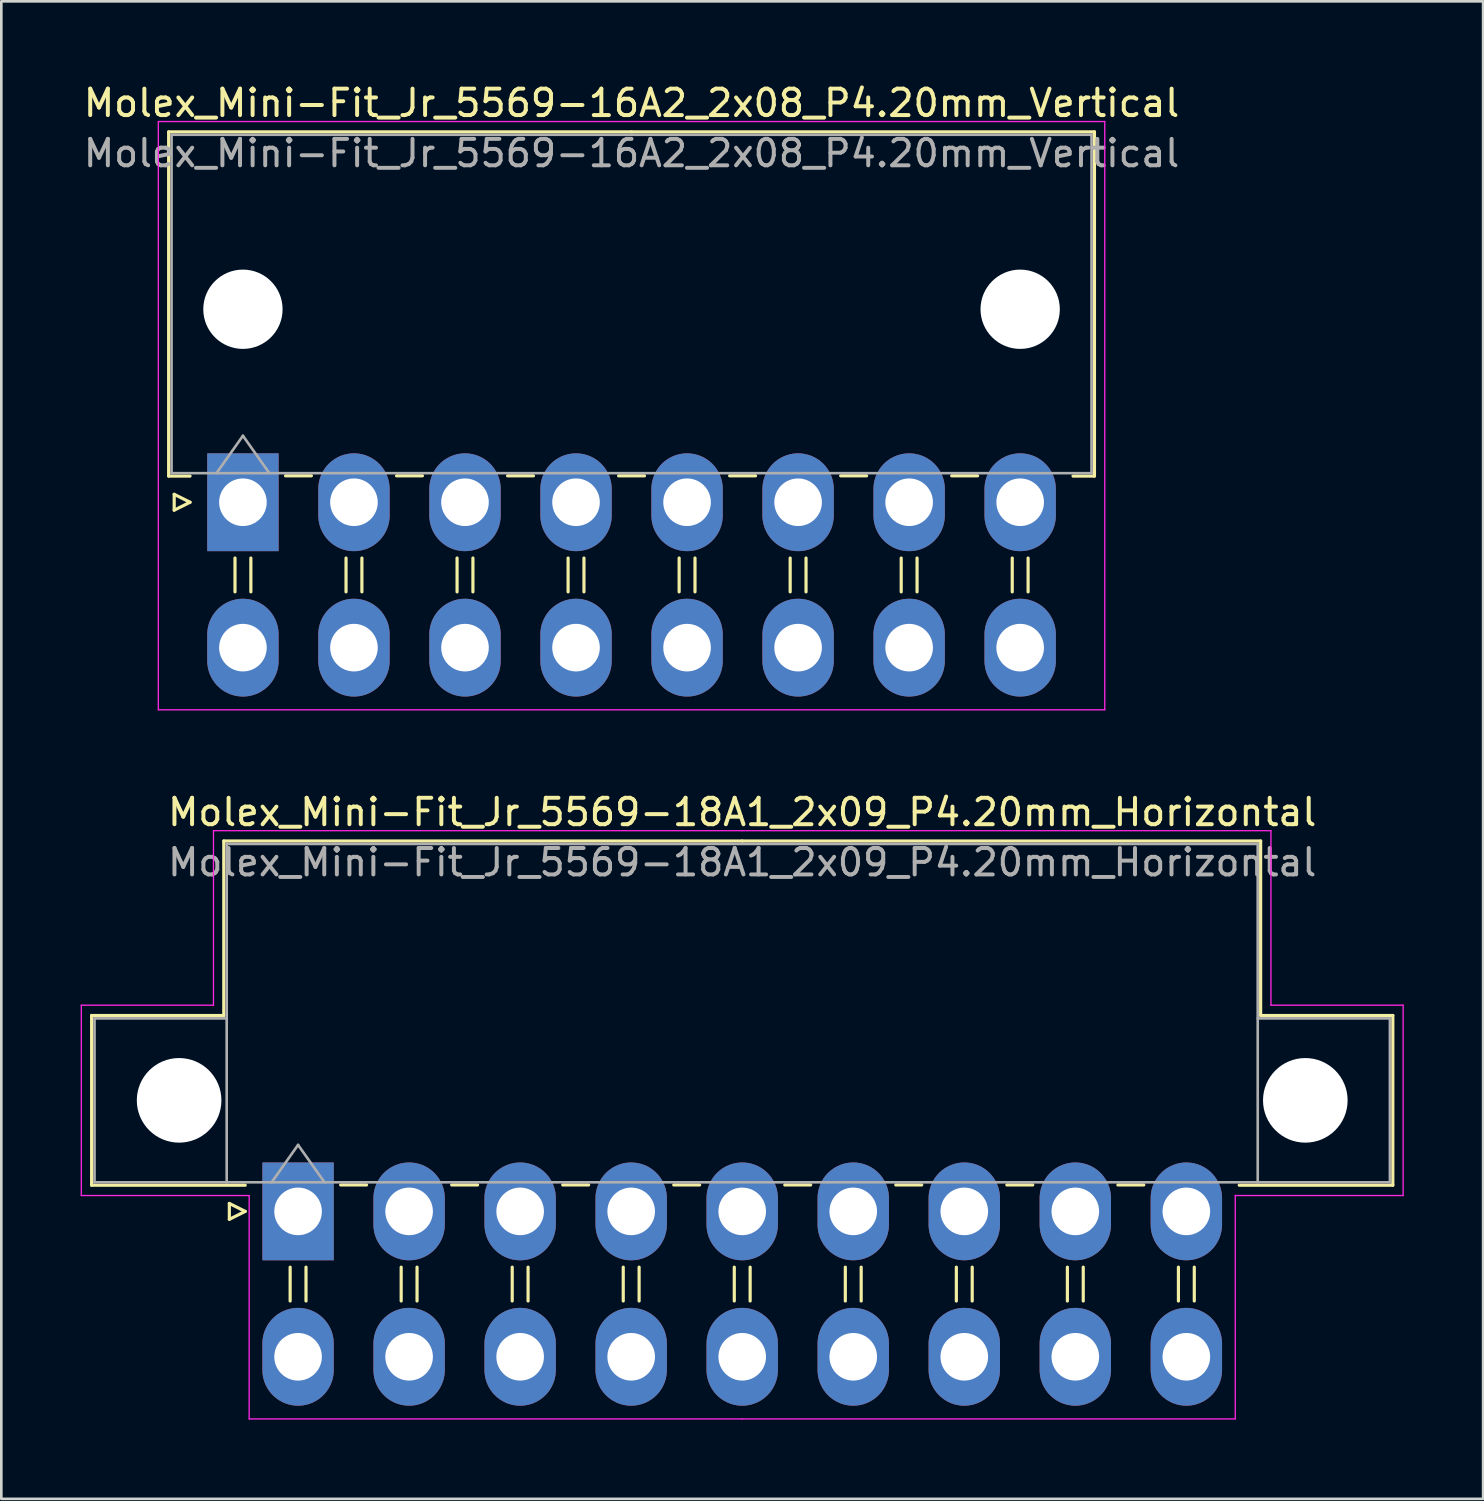
<source format=kicad_pcb>
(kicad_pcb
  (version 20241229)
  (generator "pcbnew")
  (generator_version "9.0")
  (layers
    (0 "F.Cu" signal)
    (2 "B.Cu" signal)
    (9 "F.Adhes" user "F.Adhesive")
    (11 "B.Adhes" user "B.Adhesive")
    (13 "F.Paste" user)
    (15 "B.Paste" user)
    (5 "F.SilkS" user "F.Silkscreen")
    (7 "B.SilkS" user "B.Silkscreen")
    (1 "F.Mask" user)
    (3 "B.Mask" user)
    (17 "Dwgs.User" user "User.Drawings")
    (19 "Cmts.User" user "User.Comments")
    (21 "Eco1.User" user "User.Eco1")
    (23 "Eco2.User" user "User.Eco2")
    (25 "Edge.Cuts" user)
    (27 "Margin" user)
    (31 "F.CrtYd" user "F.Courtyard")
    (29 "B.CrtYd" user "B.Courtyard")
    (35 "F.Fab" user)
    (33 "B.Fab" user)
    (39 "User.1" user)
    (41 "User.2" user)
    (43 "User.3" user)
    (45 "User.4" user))
  (footprint "Molex_Mini-Fit_Jr_5569-16A2_2x08_P4.20mm_Vertical"
    (layer "F.Cu")
    (at 6.139 15.948)
    (property "Reference" "Molex_Mini-Fit_Jr_5569-16A2_2x08_P4.20mm_Vertical" (at 14.7 -15.1 0) (layer "F.SilkS") (effects (font (size 1 1) (thickness 0.15))))
    (attr through_hole)
    (fp_line (start -2.81 -14.01) (end 14.7 -14.01) (stroke (width 0.12) (type solid)) (layer "F.SilkS"))
    (fp_line (start -2.81 -0.99) (end -2.81 -14.01) (stroke (width 0.12) (type solid)) (layer "F.SilkS"))
    (fp_line (start -2.6 -0.3) (end -2 0) (stroke (width 0.12) (type solid)) (layer "F.SilkS"))
    (fp_line (start -2.6 0.3) (end -2.6 -0.3) (stroke (width 0.12) (type solid)) (layer "F.SilkS"))
    (fp_line (start -2 -0.99) (end -2.81 -0.99) (stroke (width 0.12) (type solid)) (layer "F.SilkS"))
    (fp_line (start -2 0) (end -2.6 0.3) (stroke (width 0.12) (type solid)) (layer "F.SilkS"))
    (fp_line (start -0.3 2.11) (end -0.3 3.39) (stroke (width 0.12) (type solid)) (layer "F.SilkS"))
    (fp_line (start 0.3 2.11) (end 0.3 3.39) (stroke (width 0.12) (type solid)) (layer "F.SilkS"))
    (fp_line (start 1.61 -1) (end 2.59 -1) (stroke (width 0.12) (type solid)) (layer "F.SilkS"))
    (fp_line (start 3.9 2.11) (end 3.9 3.39) (stroke (width 0.12) (type solid)) (layer "F.SilkS"))
    (fp_line (start 4.5 2.11) (end 4.5 3.39) (stroke (width 0.12) (type solid)) (layer "F.SilkS"))
    (fp_line (start 5.81 -1) (end 6.79 -1) (stroke (width 0.12) (type solid)) (layer "F.SilkS"))
    (fp_line (start 8.1 2.11) (end 8.1 3.39) (stroke (width 0.12) (type solid)) (layer "F.SilkS"))
    (fp_line (start 8.7 2.11) (end 8.7 3.39) (stroke (width 0.12) (type solid)) (layer "F.SilkS"))
    (fp_line (start 10.01 -1) (end 10.99 -1) (stroke (width 0.12) (type solid)) (layer "F.SilkS"))
    (fp_line (start 12.3 2.11) (end 12.3 3.39) (stroke (width 0.12) (type solid)) (layer "F.SilkS"))
    (fp_line (start 12.9 2.11) (end 12.9 3.39) (stroke (width 0.12) (type solid)) (layer "F.SilkS"))
    (fp_line (start 14.21 -1) (end 15.19 -1) (stroke (width 0.12) (type solid)) (layer "F.SilkS"))
    (fp_line (start 16.5 2.11) (end 16.5 3.39) (stroke (width 0.12) (type solid)) (layer "F.SilkS"))
    (fp_line (start 17.1 2.11) (end 17.1 3.39) (stroke (width 0.12) (type solid)) (layer "F.SilkS"))
    (fp_line (start 18.41 -1) (end 19.39 -1) (stroke (width 0.12) (type solid)) (layer "F.SilkS"))
    (fp_line (start 20.7 2.11) (end 20.7 3.39) (stroke (width 0.12) (type solid)) (layer "F.SilkS"))
    (fp_line (start 21.3 2.11) (end 21.3 3.39) (stroke (width 0.12) (type solid)) (layer "F.SilkS"))
    (fp_line (start 22.61 -1) (end 23.59 -1) (stroke (width 0.12) (type solid)) (layer "F.SilkS"))
    (fp_line (start 24.9 2.11) (end 24.9 3.39) (stroke (width 0.12) (type solid)) (layer "F.SilkS"))
    (fp_line (start 25.5 2.11) (end 25.5 3.39) (stroke (width 0.12) (type solid)) (layer "F.SilkS"))
    (fp_line (start 26.81 -1) (end 27.79 -1) (stroke (width 0.12) (type solid)) (layer "F.SilkS"))
    (fp_line (start 29.1 2.11) (end 29.1 3.39) (stroke (width 0.12) (type solid)) (layer "F.SilkS"))
    (fp_line (start 29.7 2.11) (end 29.7 3.39) (stroke (width 0.12) (type solid)) (layer "F.SilkS"))
    (fp_line (start 31.4 -0.99) (end 32.21 -0.99) (stroke (width 0.12) (type solid)) (layer "F.SilkS"))
    (fp_line (start 32.21 -14.01) (end 14.7 -14.01) (stroke (width 0.12) (type solid)) (layer "F.SilkS"))
    (fp_line (start 32.21 -0.99) (end 32.21 -14.01) (stroke (width 0.12) (type solid)) (layer "F.SilkS"))
    (fp_line (start -3.2 -14.4) (end -3.2 7.85) (stroke (width 0.05) (type solid)) (layer "F.CrtYd"))
    (fp_line (start -3.2 7.85) (end 32.6 7.85) (stroke (width 0.05) (type solid)) (layer "F.CrtYd"))
    (fp_line (start 32.6 -14.4) (end -3.2 -14.4) (stroke (width 0.05) (type solid)) (layer "F.CrtYd"))
    (fp_line (start 32.6 7.85) (end 32.6 -14.4) (stroke (width 0.05) (type solid)) (layer "F.CrtYd"))
    (fp_line (start -2.7 -13.9) (end -2.7 -1.1) (stroke (width 0.1) (type solid)) (layer "F.Fab"))
    (fp_line (start -2.7 -1.1) (end 32.1 -1.1) (stroke (width 0.1) (type solid)) (layer "F.Fab"))
    (fp_line (start -1 -1.1) (end 0 -2.514) (stroke (width 0.1) (type solid)) (layer "F.Fab"))
    (fp_line (start 0 -2.514) (end 1 -1.1) (stroke (width 0.1) (type solid)) (layer "F.Fab"))
    (fp_line (start 32.1 -13.9) (end -2.7 -13.9) (stroke (width 0.1) (type solid)) (layer "F.Fab"))
    (fp_line (start 32.1 -1.1) (end 32.1 -13.9) (stroke (width 0.1) (type solid)) (layer "F.Fab"))
    (fp_text user "${REFERENCE}" (at 14.7 -13.2 0) (layer "F.Fab") (effects (font (size 1 1) (thickness 0.15))))
    (pad "" np_thru_hole circle (at 0 -7.3) (size 3 3) (drill 3) (layers "*.Cu" "*.Mask"))
    (pad "" np_thru_hole circle (at 29.4 -7.3) (size 3 3) (drill 3) (layers "*.Cu" "*.Mask"))
    (pad "1" thru_hole rect (at 0 0) (size 2.7 3.7) (drill 1.8) (layers "*.Cu" "*.Mask"))
    (pad "2" thru_hole oval (at 4.2 0) (size 2.7 3.7) (drill 1.8) (layers "*.Cu" "*.Mask"))
    (pad "3" thru_hole oval (at 8.4 0) (size 2.7 3.7) (drill 1.8) (layers "*.Cu" "*.Mask"))
    (pad "4" thru_hole oval (at 12.6 0) (size 2.7 3.7) (drill 1.8) (layers "*.Cu" "*.Mask"))
    (pad "5" thru_hole oval (at 16.8 0) (size 2.7 3.7) (drill 1.8) (layers "*.Cu" "*.Mask"))
    (pad "6" thru_hole oval (at 21 0) (size 2.7 3.7) (drill 1.8) (layers "*.Cu" "*.Mask"))
    (pad "7" thru_hole oval (at 25.2 0) (size 2.7 3.7) (drill 1.8) (layers "*.Cu" "*.Mask"))
    (pad "8" thru_hole oval (at 29.4 0) (size 2.7 3.7) (drill 1.8) (layers "*.Cu" "*.Mask"))
    (pad "9" thru_hole oval (at 0 5.5) (size 2.7 3.7) (drill 1.8) (layers "*.Cu" "*.Mask"))
    (pad "10" thru_hole oval (at 4.2 5.5) (size 2.7 3.7) (drill 1.8) (layers "*.Cu" "*.Mask"))
    (pad "11" thru_hole oval (at 8.4 5.5) (size 2.7 3.7) (drill 1.8) (layers "*.Cu" "*.Mask"))
    (pad "12" thru_hole oval (at 12.6 5.5) (size 2.7 3.7) (drill 1.8) (layers "*.Cu" "*.Mask"))
    (pad "13" thru_hole oval (at 16.8 5.5) (size 2.7 3.7) (drill 1.8) (layers "*.Cu" "*.Mask"))
    (pad "14" thru_hole oval (at 21 5.5) (size 2.7 3.7) (drill 1.8) (layers "*.Cu" "*.Mask"))
    (pad "15" thru_hole oval (at 25.2 5.5) (size 2.7 3.7) (drill 1.8) (layers "*.Cu" "*.Mask"))
    (pad "16" thru_hole oval (at 29.4 5.5) (size 2.7 3.7) (drill 1.8) (layers "*.Cu" "*.Mask")))
  (footprint "Molex_Mini-Fit_Jr_5569-18A1_2x09_P4.20mm_Horizontal"
    (layer "F.Cu")
    (at 8.225 42.772)
    (property "Reference" "Molex_Mini-Fit_Jr_5569-18A1_2x09_P4.20mm_Horizontal" (at 16.8 -15.1 0) (layer "F.SilkS") (effects (font (size 1 1) (thickness 0.15))))
    (attr through_hole)
    (fp_line (start -7.81 -7.41) (end -7.81 -0.99) (stroke (width 0.12) (type solid)) (layer "F.SilkS"))
    (fp_line (start -7.81 -0.99) (end -2 -0.99) (stroke (width 0.12) (type solid)) (layer "F.SilkS"))
    (fp_line (start -2.81 -14.01) (end -2.81 -7.41) (stroke (width 0.12) (type solid)) (layer "F.SilkS"))
    (fp_line (start -2.81 -7.41) (end -7.81 -7.41) (stroke (width 0.12) (type solid)) (layer "F.SilkS"))
    (fp_line (start -2.6 -0.3) (end -2 0) (stroke (width 0.12) (type solid)) (layer "F.SilkS"))
    (fp_line (start -2.6 0.3) (end -2.6 -0.3) (stroke (width 0.12) (type solid)) (layer "F.SilkS"))
    (fp_line (start -2 0) (end -2.6 0.3) (stroke (width 0.12) (type solid)) (layer "F.SilkS"))
    (fp_line (start -0.3 2.11) (end -0.3 3.39) (stroke (width 0.12) (type solid)) (layer "F.SilkS"))
    (fp_line (start 0.3 2.11) (end 0.3 3.39) (stroke (width 0.12) (type solid)) (layer "F.SilkS"))
    (fp_line (start 1.61 -1) (end 2.59 -1) (stroke (width 0.12) (type solid)) (layer "F.SilkS"))
    (fp_line (start 3.9 2.11) (end 3.9 3.39) (stroke (width 0.12) (type solid)) (layer "F.SilkS"))
    (fp_line (start 4.5 2.11) (end 4.5 3.39) (stroke (width 0.12) (type solid)) (layer "F.SilkS"))
    (fp_line (start 5.81 -1) (end 6.79 -1) (stroke (width 0.12) (type solid)) (layer "F.SilkS"))
    (fp_line (start 8.1 2.11) (end 8.1 3.39) (stroke (width 0.12) (type solid)) (layer "F.SilkS"))
    (fp_line (start 8.7 2.11) (end 8.7 3.39) (stroke (width 0.12) (type solid)) (layer "F.SilkS"))
    (fp_line (start 10.01 -1) (end 10.99 -1) (stroke (width 0.12) (type solid)) (layer "F.SilkS"))
    (fp_line (start 12.3 2.11) (end 12.3 3.39) (stroke (width 0.12) (type solid)) (layer "F.SilkS"))
    (fp_line (start 12.9 2.11) (end 12.9 3.39) (stroke (width 0.12) (type solid)) (layer "F.SilkS"))
    (fp_line (start 14.21 -1) (end 15.19 -1) (stroke (width 0.12) (type solid)) (layer "F.SilkS"))
    (fp_line (start 16.5 2.11) (end 16.5 3.39) (stroke (width 0.12) (type solid)) (layer "F.SilkS"))
    (fp_line (start 16.8 -14.01) (end -2.81 -14.01) (stroke (width 0.12) (type solid)) (layer "F.SilkS"))
    (fp_line (start 16.8 -14.01) (end 36.41 -14.01) (stroke (width 0.12) (type solid)) (layer "F.SilkS"))
    (fp_line (start 17.1 2.11) (end 17.1 3.39) (stroke (width 0.12) (type solid)) (layer "F.SilkS"))
    (fp_line (start 18.41 -1) (end 19.39 -1) (stroke (width 0.12) (type solid)) (layer "F.SilkS"))
    (fp_line (start 20.7 2.11) (end 20.7 3.39) (stroke (width 0.12) (type solid)) (layer "F.SilkS"))
    (fp_line (start 21.3 2.11) (end 21.3 3.39) (stroke (width 0.12) (type solid)) (layer "F.SilkS"))
    (fp_line (start 22.61 -1) (end 23.59 -1) (stroke (width 0.12) (type solid)) (layer "F.SilkS"))
    (fp_line (start 24.9 2.11) (end 24.9 3.39) (stroke (width 0.12) (type solid)) (layer "F.SilkS"))
    (fp_line (start 25.5 2.11) (end 25.5 3.39) (stroke (width 0.12) (type solid)) (layer "F.SilkS"))
    (fp_line (start 26.81 -1) (end 27.79 -1) (stroke (width 0.12) (type solid)) (layer "F.SilkS"))
    (fp_line (start 29.1 2.11) (end 29.1 3.39) (stroke (width 0.12) (type solid)) (layer "F.SilkS"))
    (fp_line (start 29.7 2.11) (end 29.7 3.39) (stroke (width 0.12) (type solid)) (layer "F.SilkS"))
    (fp_line (start 31.01 -1) (end 31.99 -1) (stroke (width 0.12) (type solid)) (layer "F.SilkS"))
    (fp_line (start 33.3 2.11) (end 33.3 3.39) (stroke (width 0.12) (type solid)) (layer "F.SilkS"))
    (fp_line (start 33.9 2.11) (end 33.9 3.39) (stroke (width 0.12) (type solid)) (layer "F.SilkS"))
    (fp_line (start 36.41 -14.01) (end 36.41 -7.41) (stroke (width 0.12) (type solid)) (layer "F.SilkS"))
    (fp_line (start 36.41 -7.41) (end 41.41 -7.41) (stroke (width 0.12) (type solid)) (layer "F.SilkS"))
    (fp_line (start 41.41 -7.41) (end 41.41 -0.99) (stroke (width 0.12) (type solid)) (layer "F.SilkS"))
    (fp_line (start 41.41 -0.99) (end 35.6 -0.99) (stroke (width 0.12) (type solid)) (layer "F.SilkS"))
    (fp_line (start -8.2 -7.8) (end -8.2 -0.6) (stroke (width 0.05) (type solid)) (layer "F.CrtYd"))
    (fp_line (start -8.2 -0.6) (end -1.85 -0.6) (stroke (width 0.05) (type solid)) (layer "F.CrtYd"))
    (fp_line (start -3.2 -14.4) (end -3.2 -7.8) (stroke (width 0.05) (type solid)) (layer "F.CrtYd"))
    (fp_line (start -3.2 -7.8) (end -8.2 -7.8) (stroke (width 0.05) (type solid)) (layer "F.CrtYd"))
    (fp_line (start -1.85 -0.6) (end -1.85 7.85) (stroke (width 0.05) (type solid)) (layer "F.CrtYd"))
    (fp_line (start -1.85 7.85) (end 16.8 7.85) (stroke (width 0.05) (type solid)) (layer "F.CrtYd"))
    (fp_line (start 16.8 -14.4) (end -3.2 -14.4) (stroke (width 0.05) (type solid)) (layer "F.CrtYd"))
    (fp_line (start 16.8 -14.4) (end 36.8 -14.4) (stroke (width 0.05) (type solid)) (layer "F.CrtYd"))
    (fp_line (start 35.45 -0.6) (end 35.45 7.85) (stroke (width 0.05) (type solid)) (layer "F.CrtYd"))
    (fp_line (start 35.45 7.85) (end 16.8 7.85) (stroke (width 0.05) (type solid)) (layer "F.CrtYd"))
    (fp_line (start 36.8 -14.4) (end 36.8 -7.8) (stroke (width 0.05) (type solid)) (layer "F.CrtYd"))
    (fp_line (start 36.8 -7.8) (end 41.8 -7.8) (stroke (width 0.05) (type solid)) (layer "F.CrtYd"))
    (fp_line (start 41.8 -7.8) (end 41.8 -0.6) (stroke (width 0.05) (type solid)) (layer "F.CrtYd"))
    (fp_line (start 41.8 -0.6) (end 35.45 -0.6) (stroke (width 0.05) (type solid)) (layer "F.CrtYd"))
    (fp_line (start -7.7 -7.3) (end -7.7 -1.1) (stroke (width 0.1) (type solid)) (layer "F.Fab"))
    (fp_line (start -7.7 -1.1) (end -2.7 -1.1) (stroke (width 0.1) (type solid)) (layer "F.Fab"))
    (fp_line (start -2.7 -13.9) (end -2.7 -1.1) (stroke (width 0.1) (type solid)) (layer "F.Fab"))
    (fp_line (start -2.7 -7.3) (end -7.7 -7.3) (stroke (width 0.1) (type solid)) (layer "F.Fab"))
    (fp_line (start -2.7 -1.1) (end 36.3 -1.1) (stroke (width 0.1) (type solid)) (layer "F.Fab"))
    (fp_line (start -1 -1.1) (end 0 -2.514) (stroke (width 0.1) (type solid)) (layer "F.Fab"))
    (fp_line (start 0 -2.514) (end 1 -1.1) (stroke (width 0.1) (type solid)) (layer "F.Fab"))
    (fp_line (start 36.3 -13.9) (end -2.7 -13.9) (stroke (width 0.1) (type solid)) (layer "F.Fab"))
    (fp_line (start 36.3 -7.3) (end 41.3 -7.3) (stroke (width 0.1) (type solid)) (layer "F.Fab"))
    (fp_line (start 36.3 -1.1) (end 36.3 -13.9) (stroke (width 0.1) (type solid)) (layer "F.Fab"))
    (fp_line (start 41.3 -7.3) (end 41.3 -1.1) (stroke (width 0.1) (type solid)) (layer "F.Fab"))
    (fp_line (start 41.3 -1.1) (end 36.3 -1.1) (stroke (width 0.1) (type solid)) (layer "F.Fab"))
    (fp_text user "${REFERENCE}" (at 16.8 -13.2 0) (layer "F.Fab") (effects (font (size 1 1) (thickness 0.15))))
    (pad "" np_thru_hole circle (at -4.5 -4.2) (size 3.2 3.2) (drill 3.2) (layers "*.Cu" "*.Mask"))
    (pad "" np_thru_hole circle (at 38.1 -4.2) (size 3.2 3.2) (drill 3.2) (layers "*.Cu" "*.Mask"))
    (pad "1" thru_hole rect (at 0 0) (size 2.7 3.7) (drill 1.8) (layers "*.Cu" "*.Mask"))
    (pad "2" thru_hole oval (at 4.2 0) (size 2.7 3.7) (drill 1.8) (layers "*.Cu" "*.Mask"))
    (pad "3" thru_hole oval (at 8.4 0) (size 2.7 3.7) (drill 1.8) (layers "*.Cu" "*.Mask"))
    (pad "4" thru_hole oval (at 12.6 0) (size 2.7 3.7) (drill 1.8) (layers "*.Cu" "*.Mask"))
    (pad "5" thru_hole oval (at 16.8 0) (size 2.7 3.7) (drill 1.8) (layers "*.Cu" "*.Mask"))
    (pad "6" thru_hole oval (at 21 0) (size 2.7 3.7) (drill 1.8) (layers "*.Cu" "*.Mask"))
    (pad "7" thru_hole oval (at 25.2 0) (size 2.7 3.7) (drill 1.8) (layers "*.Cu" "*.Mask"))
    (pad "8" thru_hole oval (at 29.4 0) (size 2.7 3.7) (drill 1.8) (layers "*.Cu" "*.Mask"))
    (pad "9" thru_hole oval (at 33.6 0) (size 2.7 3.7) (drill 1.8) (layers "*.Cu" "*.Mask"))
    (pad "10" thru_hole oval (at 0 5.5) (size 2.7 3.7) (drill 1.8) (layers "*.Cu" "*.Mask"))
    (pad "11" thru_hole oval (at 4.2 5.5) (size 2.7 3.7) (drill 1.8) (layers "*.Cu" "*.Mask"))
    (pad "12" thru_hole oval (at 8.4 5.5) (size 2.7 3.7) (drill 1.8) (layers "*.Cu" "*.Mask"))
    (pad "13" thru_hole oval (at 12.6 5.5) (size 2.7 3.7) (drill 1.8) (layers "*.Cu" "*.Mask"))
    (pad "14" thru_hole oval (at 16.8 5.5) (size 2.7 3.7) (drill 1.8) (layers "*.Cu" "*.Mask"))
    (pad "15" thru_hole oval (at 21 5.5) (size 2.7 3.7) (drill 1.8) (layers "*.Cu" "*.Mask"))
    (pad "16" thru_hole oval (at 25.2 5.5) (size 2.7 3.7) (drill 1.8) (layers "*.Cu" "*.Mask"))
    (pad "17" thru_hole oval (at 29.4 5.5) (size 2.7 3.7) (drill 1.8) (layers "*.Cu" "*.Mask"))
    (pad "18" thru_hole oval (at 33.6 5.5) (size 2.7 3.7) (drill 1.8) (layers "*.Cu" "*.Mask")))
  (gr_rect
    (start -3 -3)
    (end 53.05 53.647)
    (stroke (width 0.1) (type default))
    (fill no)
    (layer "Edge.Cuts")))
</source>
